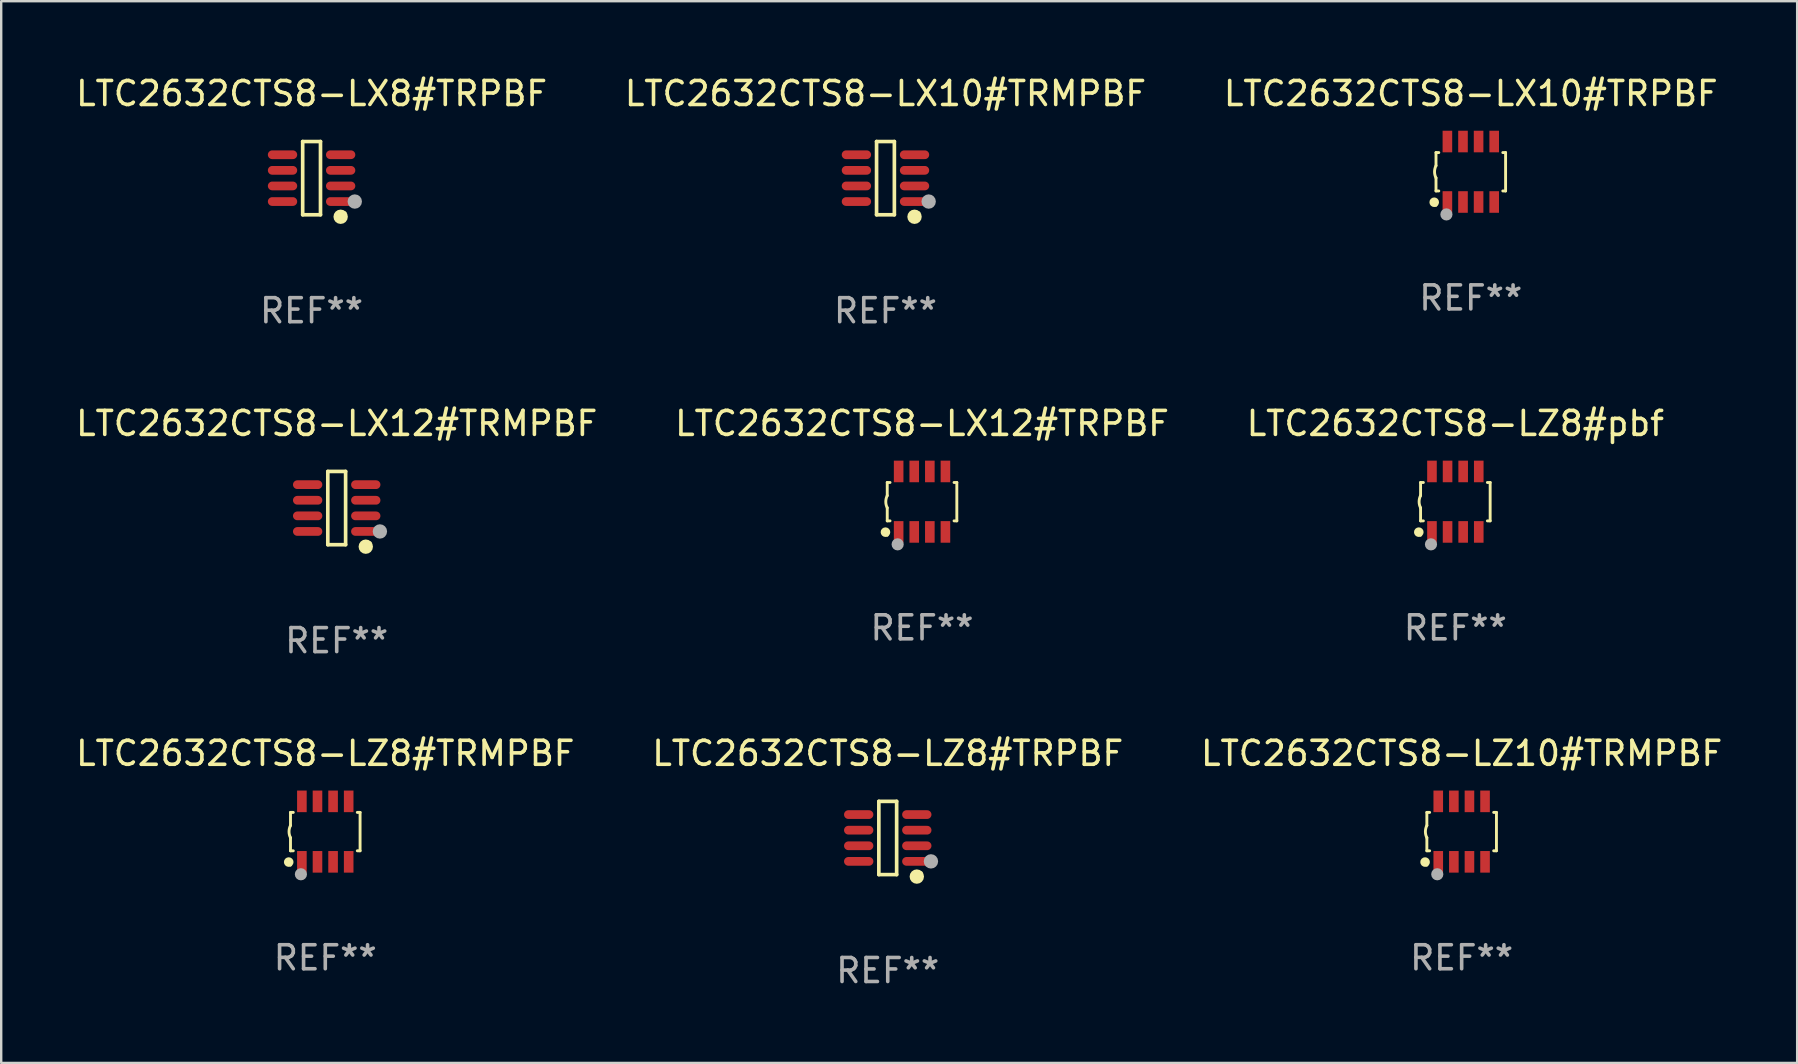
<source format=kicad_pcb>
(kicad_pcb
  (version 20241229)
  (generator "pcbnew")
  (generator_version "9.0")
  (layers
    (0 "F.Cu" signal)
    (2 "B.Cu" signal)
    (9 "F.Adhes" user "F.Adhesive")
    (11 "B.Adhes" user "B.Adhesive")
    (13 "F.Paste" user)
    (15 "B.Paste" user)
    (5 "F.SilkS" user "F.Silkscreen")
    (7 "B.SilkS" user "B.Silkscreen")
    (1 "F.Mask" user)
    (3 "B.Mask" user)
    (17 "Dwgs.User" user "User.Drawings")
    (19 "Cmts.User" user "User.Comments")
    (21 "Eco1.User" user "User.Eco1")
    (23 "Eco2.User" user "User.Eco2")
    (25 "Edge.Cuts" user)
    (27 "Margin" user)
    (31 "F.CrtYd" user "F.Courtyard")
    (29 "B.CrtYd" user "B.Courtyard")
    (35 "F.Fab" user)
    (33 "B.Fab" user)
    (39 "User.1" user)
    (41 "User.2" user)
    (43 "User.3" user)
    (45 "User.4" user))
  (footprint "LTC2632CTS8-LX12#TRPBF"
    (layer "F.Cu")
    (at 35.375 17.857)
    (property "Reference" "LTC2632CTS8-LX12#TRPBF" (at 0 -3.26 0) (layer "F.SilkS") (effects (font (size 1 1) (thickness 0.15))))
    (attr through_hole)
    (fp_line (start -1.45 -0.8) (end -1.45 -0.254) (stroke (width 0.12) (type solid)) (layer "F.SilkS"))
    (fp_line (start -1.45 -0.8) (end -1.334 -0.8) (stroke (width 0.12) (type solid)) (layer "F.SilkS"))
    (fp_line (start -1.45 0.8) (end -1.45 0.254) (stroke (width 0.12) (type solid)) (layer "F.SilkS"))
    (fp_line (start -1.45 0.8) (end -1.334 0.8) (stroke (width 0.12) (type solid)) (layer "F.SilkS"))
    (fp_line (start 1.334 -0.8) (end 1.45 -0.8) (stroke (width 0.12) (type solid)) (layer "F.SilkS"))
    (fp_line (start 1.334 0.8) (end 1.45 0.8) (stroke (width 0.12) (type solid)) (layer "F.SilkS"))
    (fp_line (start 1.45 0.8) (end 1.45 -0.8) (stroke (width 0.12) (type solid)) (layer "F.SilkS"))
    (fp_arc (start -1.45075 0.255144) (mid -1.510605 0.000434) (end -1.450013 -0.254102) (stroke (width 0.11999) (type solid)) (layer "F.SilkS"))
    (fp_circle (center -1.524 1.27) (end -1.424 1.27) (stroke (width 0.2) (type solid)) (fill no) (layer "F.SilkS"))
    (fp_circle (center -1.45 1.4) (end -1.42 1.4) (stroke (width 0.06) (type solid)) (fill no) (layer "F.SilkS"))
    (fp_circle (center -1.016 1.778) (end -0.889 1.778) (stroke (width 0.254) (type solid)) (fill no) (layer "F.Fab"))
    (fp_text user "REF**" (at 0 5.26 0) (layer "F.Fab") (effects (font (size 1 1) (thickness 0.15))))
    (pad "1" smd rect (at -0.975 1.26) (size 0.4 0.9) (layers "F.Cu" "F.Mask" "F.Paste"))
    (pad "2" smd rect (at -0.325 1.26) (size 0.4 0.9) (layers "F.Cu" "F.Mask" "F.Paste"))
    (pad "3" smd rect (at 0.325 1.26) (size 0.4 0.9) (layers "F.Cu" "F.Mask" "F.Paste"))
    (pad "4" smd rect (at 0.975 1.26) (size 0.4 0.9) (layers "F.Cu" "F.Mask" "F.Paste"))
    (pad "5" smd rect (at 0.975 -1.26) (size 0.4 0.9) (layers "F.Cu" "F.Mask" "F.Paste"))
    (pad "6" smd rect (at 0.325 -1.26) (size 0.4 0.9) (layers "F.Cu" "F.Mask" "F.Paste"))
    (pad "7" smd rect (at -0.325 -1.26) (size 0.4 0.9) (layers "F.Cu" "F.Mask" "F.Paste"))
    (pad "8" smd rect (at -0.975 -1.26) (size 0.4 0.9) (layers "F.Cu" "F.Mask" "F.Paste")))
  (footprint "LTC2632CTS8-LX8#TRPBF"
    (layer "F.Cu")
    (at 9.935 4.374)
    (property "Reference" "LTC2632CTS8-LX8#TRPBF" (at 0 -3.526 0) (layer "F.SilkS") (effects (font (size 1 1) (thickness 0.15))))
    (attr through_hole)
    (fp_line (start -0.371 -1.526) (end 0.371 -1.526) (stroke (width 0.152) (type solid)) (layer "F.SilkS"))
    (fp_line (start -0.371 1.526) (end -0.371 -1.526) (stroke (width 0.152) (type solid)) (layer "F.SilkS"))
    (fp_line (start 0.371 -1.526) (end 0.371 1.526) (stroke (width 0.152) (type solid)) (layer "F.SilkS"))
    (fp_line (start 0.371 1.526) (end -0.371 1.526) (stroke (width 0.152) (type solid)) (layer "F.SilkS"))
    (fp_circle (center 1.211 1.609) (end 1.361 1.609) (stroke (width 0.3) (type solid)) (fill no) (layer "F.SilkS"))
    (fp_circle (center 1.4 1.45) (end 1.43 1.45) (stroke (width 0.06) (type solid)) (fill no) (layer "F.SilkS"))
    (fp_circle (center 1.8 0.975) (end 1.95 0.975) (stroke (width 0.3) (type solid)) (fill no) (layer "F.Fab"))
    (fp_text user "REF**" (at 0 5.526 0) (layer "F.Fab") (effects (font (size 1 1) (thickness 0.15))))
    (pad "1" smd oval (at 1.211 0.975) (size 1.222 0.364) (layers "F.Cu" "F.Mask" "F.Paste"))
    (pad "2" smd oval (at 1.211 0.325) (size 1.222 0.364) (layers "F.Cu" "F.Mask" "F.Paste"))
    (pad "3" smd oval (at 1.211 -0.325) (size 1.222 0.364) (layers "F.Cu" "F.Mask" "F.Paste"))
    (pad "4" smd oval (at 1.211 -0.975) (size 1.222 0.364) (layers "F.Cu" "F.Mask" "F.Paste"))
    (pad "5" smd oval (at -1.211 -0.975) (size 1.222 0.364) (layers "F.Cu" "F.Mask" "F.Paste"))
    (pad "6" smd oval (at -1.211 -0.325) (size 1.222 0.364) (layers "F.Cu" "F.Mask" "F.Paste"))
    (pad "7" smd oval (at -1.211 0.325) (size 1.222 0.364) (layers "F.Cu" "F.Mask" "F.Paste"))
    (pad "8" smd oval (at -1.211 0.975) (size 1.222 0.364) (layers "F.Cu" "F.Mask" "F.Paste")))
  (footprint "LTC2632CTS8-LZ8#TRPBF"
    (layer "F.Cu")
    (at 33.946 31.872)
    (property "Reference" "LTC2632CTS8-LZ8#TRPBF" (at 0 -3.526 0) (layer "F.SilkS") (effects (font (size 1 1) (thickness 0.15))))
    (attr through_hole)
    (fp_line (start -0.371 -1.526) (end 0.371 -1.526) (stroke (width 0.152) (type solid)) (layer "F.SilkS"))
    (fp_line (start -0.371 1.526) (end -0.371 -1.526) (stroke (width 0.152) (type solid)) (layer "F.SilkS"))
    (fp_line (start 0.371 -1.526) (end 0.371 1.526) (stroke (width 0.152) (type solid)) (layer "F.SilkS"))
    (fp_line (start 0.371 1.526) (end -0.371 1.526) (stroke (width 0.152) (type solid)) (layer "F.SilkS"))
    (fp_circle (center 1.211 1.609) (end 1.361 1.609) (stroke (width 0.3) (type solid)) (fill no) (layer "F.SilkS"))
    (fp_circle (center 1.4 1.45) (end 1.43 1.45) (stroke (width 0.06) (type solid)) (fill no) (layer "F.SilkS"))
    (fp_circle (center 1.8 0.975) (end 1.95 0.975) (stroke (width 0.3) (type solid)) (fill no) (layer "F.Fab"))
    (fp_text user "REF**" (at 0 5.526 0) (layer "F.Fab") (effects (font (size 1 1) (thickness 0.15))))
    (pad "1" smd oval (at 1.211 0.975) (size 1.222 0.364) (layers "F.Cu" "F.Mask" "F.Paste"))
    (pad "2" smd oval (at 1.211 0.325) (size 1.222 0.364) (layers "F.Cu" "F.Mask" "F.Paste"))
    (pad "3" smd oval (at 1.211 -0.325) (size 1.222 0.364) (layers "F.Cu" "F.Mask" "F.Paste"))
    (pad "4" smd oval (at 1.211 -0.975) (size 1.222 0.364) (layers "F.Cu" "F.Mask" "F.Paste"))
    (pad "5" smd oval (at -1.211 -0.975) (size 1.222 0.364) (layers "F.Cu" "F.Mask" "F.Paste"))
    (pad "6" smd oval (at -1.211 -0.325) (size 1.222 0.364) (layers "F.Cu" "F.Mask" "F.Paste"))
    (pad "7" smd oval (at -1.211 0.325) (size 1.222 0.364) (layers "F.Cu" "F.Mask" "F.Paste"))
    (pad "8" smd oval (at -1.211 0.975) (size 1.222 0.364) (layers "F.Cu" "F.Mask" "F.Paste")))
  (footprint "LTC2632CTS8-LZ8#pbf"
    (layer "F.Cu")
    (at 57.601 17.857)
    (property "Reference" "LTC2632CTS8-LZ8#pbf" (at 0 -3.26 0) (layer "F.SilkS") (effects (font (size 1 1) (thickness 0.15))))
    (attr through_hole)
    (fp_line (start -1.45 -0.8) (end -1.45 -0.254) (stroke (width 0.12) (type solid)) (layer "F.SilkS"))
    (fp_line (start -1.45 -0.8) (end -1.334 -0.8) (stroke (width 0.12) (type solid)) (layer "F.SilkS"))
    (fp_line (start -1.45 0.8) (end -1.45 0.254) (stroke (width 0.12) (type solid)) (layer "F.SilkS"))
    (fp_line (start -1.45 0.8) (end -1.334 0.8) (stroke (width 0.12) (type solid)) (layer "F.SilkS"))
    (fp_line (start 1.334 -0.8) (end 1.45 -0.8) (stroke (width 0.12) (type solid)) (layer "F.SilkS"))
    (fp_line (start 1.334 0.8) (end 1.45 0.8) (stroke (width 0.12) (type solid)) (layer "F.SilkS"))
    (fp_line (start 1.45 0.8) (end 1.45 -0.8) (stroke (width 0.12) (type solid)) (layer "F.SilkS"))
    (fp_arc (start -1.45075 0.255144) (mid -1.510605 0.000434) (end -1.450013 -0.254102) (stroke (width 0.11999) (type solid)) (layer "F.SilkS"))
    (fp_circle (center -1.524 1.27) (end -1.424 1.27) (stroke (width 0.2) (type solid)) (fill no) (layer "F.SilkS"))
    (fp_circle (center -1.45 1.4) (end -1.42 1.4) (stroke (width 0.06) (type solid)) (fill no) (layer "F.SilkS"))
    (fp_circle (center -1.016 1.778) (end -0.889 1.778) (stroke (width 0.254) (type solid)) (fill no) (layer "F.Fab"))
    (fp_text user "REF**" (at 0 5.26 0) (layer "F.Fab") (effects (font (size 1 1) (thickness 0.15))))
    (pad "1" smd rect (at -0.975 1.26) (size 0.4 0.9) (layers "F.Cu" "F.Mask" "F.Paste"))
    (pad "2" smd rect (at -0.325 1.26) (size 0.4 0.9) (layers "F.Cu" "F.Mask" "F.Paste"))
    (pad "3" smd rect (at 0.325 1.26) (size 0.4 0.9) (layers "F.Cu" "F.Mask" "F.Paste"))
    (pad "4" smd rect (at 0.975 1.26) (size 0.4 0.9) (layers "F.Cu" "F.Mask" "F.Paste"))
    (pad "5" smd rect (at 0.975 -1.26) (size 0.4 0.9) (layers "F.Cu" "F.Mask" "F.Paste"))
    (pad "6" smd rect (at 0.325 -1.26) (size 0.4 0.9) (layers "F.Cu" "F.Mask" "F.Paste"))
    (pad "7" smd rect (at -0.325 -1.26) (size 0.4 0.9) (layers "F.Cu" "F.Mask" "F.Paste"))
    (pad "8" smd rect (at -0.975 -1.26) (size 0.4 0.9) (layers "F.Cu" "F.Mask" "F.Paste")))
  (footprint "LTC2632CTS8-LX12#TRMPBF"
    (layer "F.Cu")
    (at 10.982 18.123)
    (property "Reference" "LTC2632CTS8-LX12#TRMPBF" (at 0 -3.526 0) (layer "F.SilkS") (effects (font (size 1 1) (thickness 0.15))))
    (attr through_hole)
    (fp_line (start -0.371 -1.526) (end 0.371 -1.526) (stroke (width 0.152) (type solid)) (layer "F.SilkS"))
    (fp_line (start -0.371 1.526) (end -0.371 -1.526) (stroke (width 0.152) (type solid)) (layer "F.SilkS"))
    (fp_line (start 0.371 -1.526) (end 0.371 1.526) (stroke (width 0.152) (type solid)) (layer "F.SilkS"))
    (fp_line (start 0.371 1.526) (end -0.371 1.526) (stroke (width 0.152) (type solid)) (layer "F.SilkS"))
    (fp_circle (center 1.211 1.609) (end 1.361 1.609) (stroke (width 0.3) (type solid)) (fill no) (layer "F.SilkS"))
    (fp_circle (center 1.4 1.45) (end 1.43 1.45) (stroke (width 0.06) (type solid)) (fill no) (layer "F.SilkS"))
    (fp_circle (center 1.8 0.975) (end 1.95 0.975) (stroke (width 0.3) (type solid)) (fill no) (layer "F.Fab"))
    (fp_text user "REF**" (at 0 5.526 0) (layer "F.Fab") (effects (font (size 1 1) (thickness 0.15))))
    (pad "1" smd oval (at 1.211 0.975) (size 1.222 0.364) (layers "F.Cu" "F.Mask" "F.Paste"))
    (pad "2" smd oval (at 1.211 0.325) (size 1.222 0.364) (layers "F.Cu" "F.Mask" "F.Paste"))
    (pad "3" smd oval (at 1.211 -0.325) (size 1.222 0.364) (layers "F.Cu" "F.Mask" "F.Paste"))
    (pad "4" smd oval (at 1.211 -0.975) (size 1.222 0.364) (layers "F.Cu" "F.Mask" "F.Paste"))
    (pad "5" smd oval (at -1.211 -0.975) (size 1.222 0.364) (layers "F.Cu" "F.Mask" "F.Paste"))
    (pad "6" smd oval (at -1.211 -0.325) (size 1.222 0.364) (layers "F.Cu" "F.Mask" "F.Paste"))
    (pad "7" smd oval (at -1.211 0.325) (size 1.222 0.364) (layers "F.Cu" "F.Mask" "F.Paste"))
    (pad "8" smd oval (at -1.211 0.975) (size 1.222 0.364) (layers "F.Cu" "F.Mask" "F.Paste")))
  (footprint "LTC2632CTS8-LX10#TRPBF"
    (layer "F.Cu")
    (at 58.244 4.108)
    (property "Reference" "LTC2632CTS8-LX10#TRPBF" (at 0 -3.26 0) (layer "F.SilkS") (effects (font (size 1 1) (thickness 0.15))))
    (attr through_hole)
    (fp_line (start -1.45 -0.8) (end -1.45 -0.254) (stroke (width 0.12) (type solid)) (layer "F.SilkS"))
    (fp_line (start -1.45 -0.8) (end -1.334 -0.8) (stroke (width 0.12) (type solid)) (layer "F.SilkS"))
    (fp_line (start -1.45 0.8) (end -1.45 0.254) (stroke (width 0.12) (type solid)) (layer "F.SilkS"))
    (fp_line (start -1.45 0.8) (end -1.334 0.8) (stroke (width 0.12) (type solid)) (layer "F.SilkS"))
    (fp_line (start 1.334 -0.8) (end 1.45 -0.8) (stroke (width 0.12) (type solid)) (layer "F.SilkS"))
    (fp_line (start 1.334 0.8) (end 1.45 0.8) (stroke (width 0.12) (type solid)) (layer "F.SilkS"))
    (fp_line (start 1.45 0.8) (end 1.45 -0.8) (stroke (width 0.12) (type solid)) (layer "F.SilkS"))
    (fp_arc (start -1.45075 0.255144) (mid -1.510605 0.000434) (end -1.450013 -0.254102) (stroke (width 0.11999) (type solid)) (layer "F.SilkS"))
    (fp_circle (center -1.524 1.27) (end -1.424 1.27) (stroke (width 0.2) (type solid)) (fill no) (layer "F.SilkS"))
    (fp_circle (center -1.45 1.4) (end -1.42 1.4) (stroke (width 0.06) (type solid)) (fill no) (layer "F.SilkS"))
    (fp_circle (center -1.016 1.778) (end -0.889 1.778) (stroke (width 0.254) (type solid)) (fill no) (layer "F.Fab"))
    (fp_text user "REF**" (at 0 5.26 0) (layer "F.Fab") (effects (font (size 1 1) (thickness 0.15))))
    (pad "1" smd rect (at -0.975 1.26) (size 0.4 0.9) (layers "F.Cu" "F.Mask" "F.Paste"))
    (pad "2" smd rect (at -0.325 1.26) (size 0.4 0.9) (layers "F.Cu" "F.Mask" "F.Paste"))
    (pad "3" smd rect (at 0.325 1.26) (size 0.4 0.9) (layers "F.Cu" "F.Mask" "F.Paste"))
    (pad "4" smd rect (at 0.975 1.26) (size 0.4 0.9) (layers "F.Cu" "F.Mask" "F.Paste"))
    (pad "5" smd rect (at 0.975 -1.26) (size 0.4 0.9) (layers "F.Cu" "F.Mask" "F.Paste"))
    (pad "6" smd rect (at 0.325 -1.26) (size 0.4 0.9) (layers "F.Cu" "F.Mask" "F.Paste"))
    (pad "7" smd rect (at -0.325 -1.26) (size 0.4 0.9) (layers "F.Cu" "F.Mask" "F.Paste"))
    (pad "8" smd rect (at -0.975 -1.26) (size 0.4 0.9) (layers "F.Cu" "F.Mask" "F.Paste")))
  (footprint "LTC2632CTS8-LX10#TRMPBF"
    (layer "F.Cu")
    (at 33.851 4.374)
    (property "Reference" "LTC2632CTS8-LX10#TRMPBF" (at 0 -3.526 0) (layer "F.SilkS") (effects (font (size 1 1) (thickness 0.15))))
    (attr through_hole)
    (fp_line (start -0.371 -1.526) (end 0.371 -1.526) (stroke (width 0.152) (type solid)) (layer "F.SilkS"))
    (fp_line (start -0.371 1.526) (end -0.371 -1.526) (stroke (width 0.152) (type solid)) (layer "F.SilkS"))
    (fp_line (start 0.371 -1.526) (end 0.371 1.526) (stroke (width 0.152) (type solid)) (layer "F.SilkS"))
    (fp_line (start 0.371 1.526) (end -0.371 1.526) (stroke (width 0.152) (type solid)) (layer "F.SilkS"))
    (fp_circle (center 1.211 1.609) (end 1.361 1.609) (stroke (width 0.3) (type solid)) (fill no) (layer "F.SilkS"))
    (fp_circle (center 1.4 1.45) (end 1.43 1.45) (stroke (width 0.06) (type solid)) (fill no) (layer "F.SilkS"))
    (fp_circle (center 1.8 0.975) (end 1.95 0.975) (stroke (width 0.3) (type solid)) (fill no) (layer "F.Fab"))
    (fp_text user "REF**" (at 0 5.526 0) (layer "F.Fab") (effects (font (size 1 1) (thickness 0.15))))
    (pad "1" smd oval (at 1.211 0.975) (size 1.222 0.364) (layers "F.Cu" "F.Mask" "F.Paste"))
    (pad "2" smd oval (at 1.211 0.325) (size 1.222 0.364) (layers "F.Cu" "F.Mask" "F.Paste"))
    (pad "3" smd oval (at 1.211 -0.325) (size 1.222 0.364) (layers "F.Cu" "F.Mask" "F.Paste"))
    (pad "4" smd oval (at 1.211 -0.975) (size 1.222 0.364) (layers "F.Cu" "F.Mask" "F.Paste"))
    (pad "5" smd oval (at -1.211 -0.975) (size 1.222 0.364) (layers "F.Cu" "F.Mask" "F.Paste"))
    (pad "6" smd oval (at -1.211 -0.325) (size 1.222 0.364) (layers "F.Cu" "F.Mask" "F.Paste"))
    (pad "7" smd oval (at -1.211 0.325) (size 1.222 0.364) (layers "F.Cu" "F.Mask" "F.Paste"))
    (pad "8" smd oval (at -1.211 0.975) (size 1.222 0.364) (layers "F.Cu" "F.Mask" "F.Paste")))
  (footprint "LTC2632CTS8-LZ10#TRMPBF"
    (layer "F.Cu")
    (at 57.863 31.606)
    (property "Reference" "LTC2632CTS8-LZ10#TRMPBF" (at 0 -3.26 0) (layer "F.SilkS") (effects (font (size 1 1) (thickness 0.15))))
    (attr through_hole)
    (fp_line (start -1.45 -0.8) (end -1.45 -0.254) (stroke (width 0.12) (type solid)) (layer "F.SilkS"))
    (fp_line (start -1.45 -0.8) (end -1.334 -0.8) (stroke (width 0.12) (type solid)) (layer "F.SilkS"))
    (fp_line (start -1.45 0.8) (end -1.45 0.254) (stroke (width 0.12) (type solid)) (layer "F.SilkS"))
    (fp_line (start -1.45 0.8) (end -1.334 0.8) (stroke (width 0.12) (type solid)) (layer "F.SilkS"))
    (fp_line (start 1.334 -0.8) (end 1.45 -0.8) (stroke (width 0.12) (type solid)) (layer "F.SilkS"))
    (fp_line (start 1.334 0.8) (end 1.45 0.8) (stroke (width 0.12) (type solid)) (layer "F.SilkS"))
    (fp_line (start 1.45 0.8) (end 1.45 -0.8) (stroke (width 0.12) (type solid)) (layer "F.SilkS"))
    (fp_arc (start -1.45075 0.255144) (mid -1.510605 0.000434) (end -1.450013 -0.254102) (stroke (width 0.11999) (type solid)) (layer "F.SilkS"))
    (fp_circle (center -1.524 1.27) (end -1.424 1.27) (stroke (width 0.2) (type solid)) (fill no) (layer "F.SilkS"))
    (fp_circle (center -1.45 1.4) (end -1.42 1.4) (stroke (width 0.06) (type solid)) (fill no) (layer "F.SilkS"))
    (fp_circle (center -1.016 1.778) (end -0.889 1.778) (stroke (width 0.254) (type solid)) (fill no) (layer "F.Fab"))
    (fp_text user "REF**" (at 0 5.26 0) (layer "F.Fab") (effects (font (size 1 1) (thickness 0.15))))
    (pad "1" smd rect (at -0.975 1.26) (size 0.4 0.9) (layers "F.Cu" "F.Mask" "F.Paste"))
    (pad "2" smd rect (at -0.325 1.26) (size 0.4 0.9) (layers "F.Cu" "F.Mask" "F.Paste"))
    (pad "3" smd rect (at 0.325 1.26) (size 0.4 0.9) (layers "F.Cu" "F.Mask" "F.Paste"))
    (pad "4" smd rect (at 0.975 1.26) (size 0.4 0.9) (layers "F.Cu" "F.Mask" "F.Paste"))
    (pad "5" smd rect (at 0.975 -1.26) (size 0.4 0.9) (layers "F.Cu" "F.Mask" "F.Paste"))
    (pad "6" smd rect (at 0.325 -1.26) (size 0.4 0.9) (layers "F.Cu" "F.Mask" "F.Paste"))
    (pad "7" smd rect (at -0.325 -1.26) (size 0.4 0.9) (layers "F.Cu" "F.Mask" "F.Paste"))
    (pad "8" smd rect (at -0.975 -1.26) (size 0.4 0.9) (layers "F.Cu" "F.Mask" "F.Paste")))
  (footprint "LTC2632CTS8-LZ8#TRMPBF"
    (layer "F.Cu")
    (at 10.506 31.606)
    (property "Reference" "LTC2632CTS8-LZ8#TRMPBF" (at 0 -3.26 0) (layer "F.SilkS") (effects (font (size 1 1) (thickness 0.15))))
    (attr through_hole)
    (fp_line (start -1.45 -0.8) (end -1.45 -0.254) (stroke (width 0.12) (type solid)) (layer "F.SilkS"))
    (fp_line (start -1.45 -0.8) (end -1.334 -0.8) (stroke (width 0.12) (type solid)) (layer "F.SilkS"))
    (fp_line (start -1.45 0.8) (end -1.45 0.254) (stroke (width 0.12) (type solid)) (layer "F.SilkS"))
    (fp_line (start -1.45 0.8) (end -1.334 0.8) (stroke (width 0.12) (type solid)) (layer "F.SilkS"))
    (fp_line (start 1.334 -0.8) (end 1.45 -0.8) (stroke (width 0.12) (type solid)) (layer "F.SilkS"))
    (fp_line (start 1.334 0.8) (end 1.45 0.8) (stroke (width 0.12) (type solid)) (layer "F.SilkS"))
    (fp_line (start 1.45 0.8) (end 1.45 -0.8) (stroke (width 0.12) (type solid)) (layer "F.SilkS"))
    (fp_arc (start -1.45075 0.255144) (mid -1.510605 0.000434) (end -1.450013 -0.254102) (stroke (width 0.11999) (type solid)) (layer "F.SilkS"))
    (fp_circle (center -1.524 1.27) (end -1.424 1.27) (stroke (width 0.2) (type solid)) (fill no) (layer "F.SilkS"))
    (fp_circle (center -1.45 1.4) (end -1.42 1.4) (stroke (width 0.06) (type solid)) (fill no) (layer "F.SilkS"))
    (fp_circle (center -1.016 1.778) (end -0.889 1.778) (stroke (width 0.254) (type solid)) (fill no) (layer "F.Fab"))
    (fp_text user "REF**" (at 0 5.26 0) (layer "F.Fab") (effects (font (size 1 1) (thickness 0.15))))
    (pad "1" smd rect (at -0.975 1.26) (size 0.4 0.9) (layers "F.Cu" "F.Mask" "F.Paste"))
    (pad "2" smd rect (at -0.325 1.26) (size 0.4 0.9) (layers "F.Cu" "F.Mask" "F.Paste"))
    (pad "3" smd rect (at 0.325 1.26) (size 0.4 0.9) (layers "F.Cu" "F.Mask" "F.Paste"))
    (pad "4" smd rect (at 0.975 1.26) (size 0.4 0.9) (layers "F.Cu" "F.Mask" "F.Paste"))
    (pad "5" smd rect (at 0.975 -1.26) (size 0.4 0.9) (layers "F.Cu" "F.Mask" "F.Paste"))
    (pad "6" smd rect (at 0.325 -1.26) (size 0.4 0.9) (layers "F.Cu" "F.Mask" "F.Paste"))
    (pad "7" smd rect (at -0.325 -1.26) (size 0.4 0.9) (layers "F.Cu" "F.Mask" "F.Paste"))
    (pad "8" smd rect (at -0.975 -1.26) (size 0.4 0.9) (layers "F.Cu" "F.Mask" "F.Paste")))
  (gr_rect
    (start -3 -3)
    (end 71.845 41.247)
    (stroke (width 0.1) (type default))
    (fill no)
    (layer "Edge.Cuts")))
</source>
